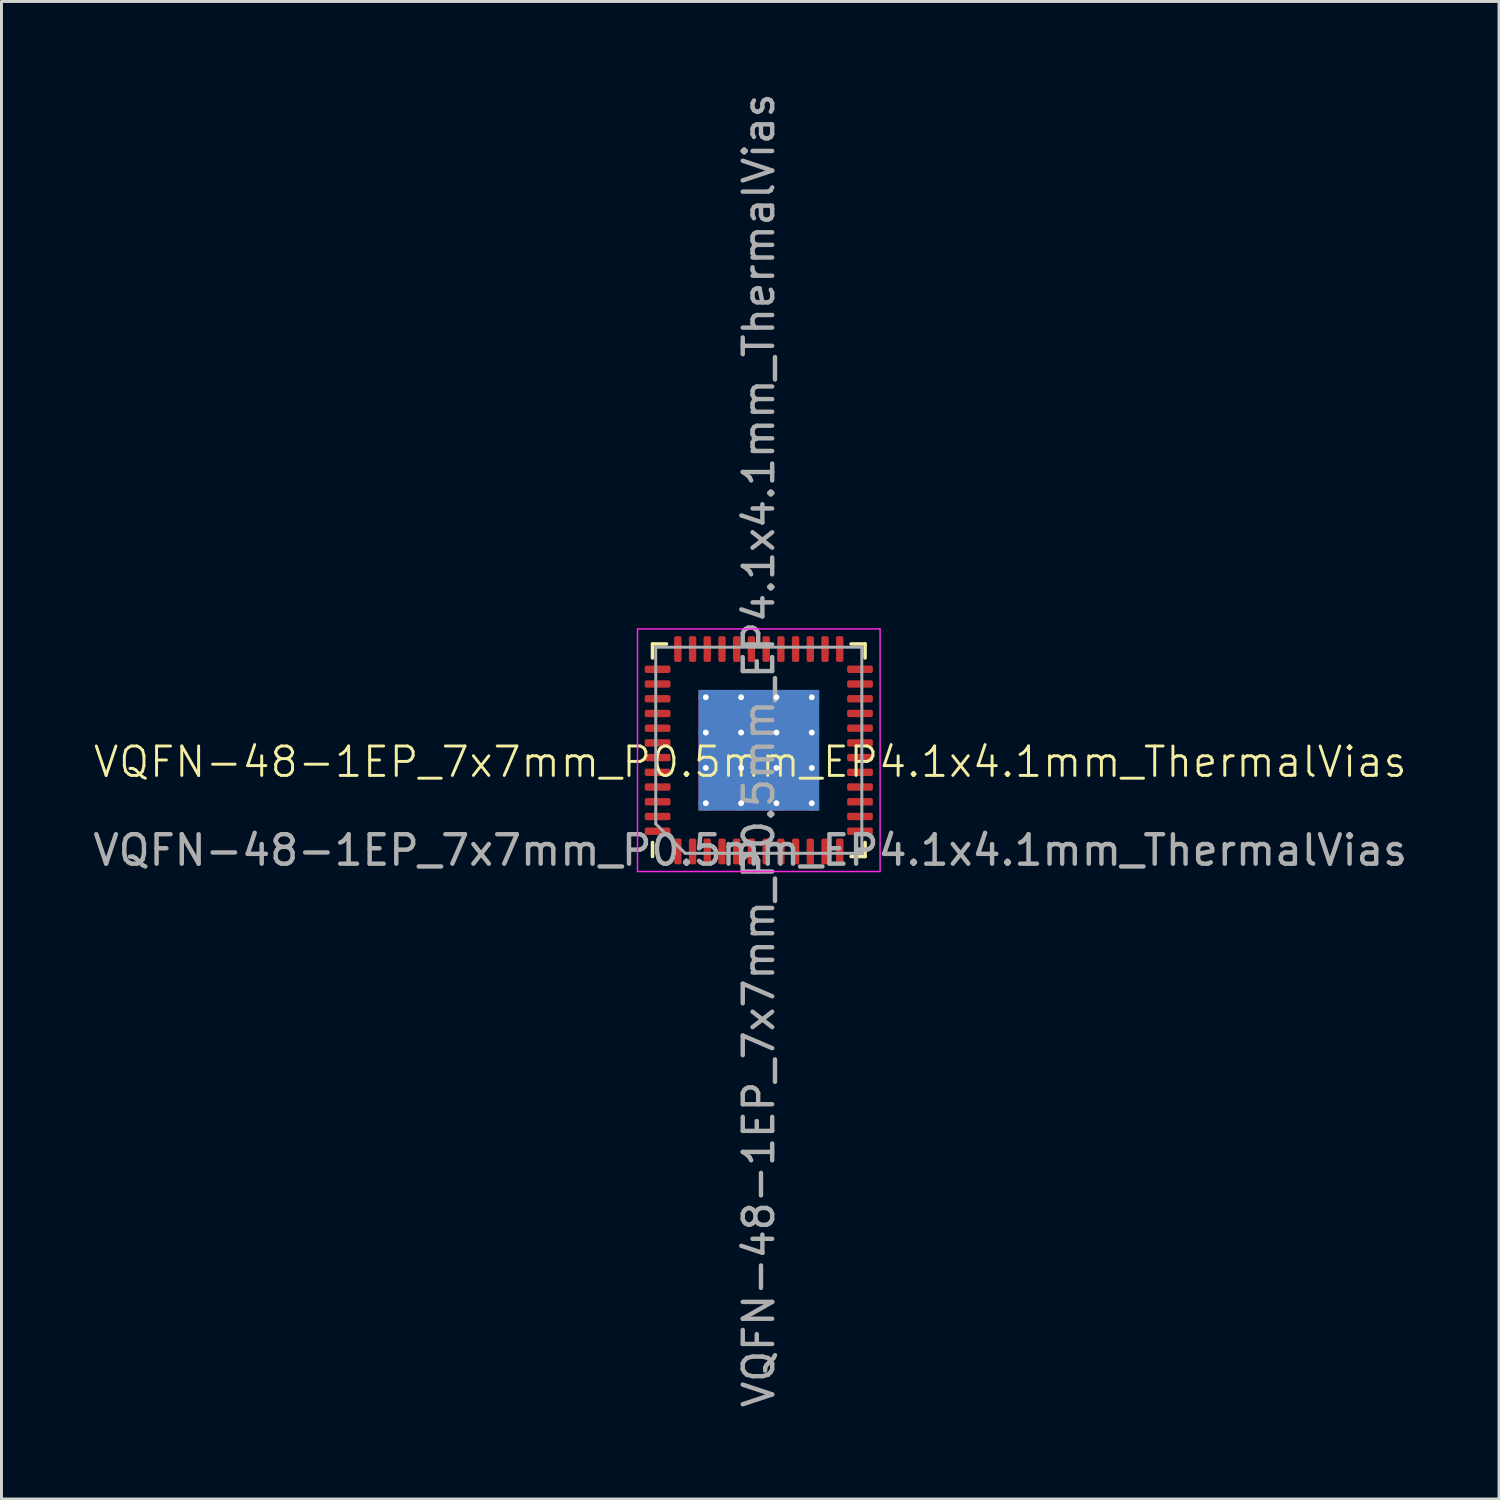
<source format=kicad_pcb>
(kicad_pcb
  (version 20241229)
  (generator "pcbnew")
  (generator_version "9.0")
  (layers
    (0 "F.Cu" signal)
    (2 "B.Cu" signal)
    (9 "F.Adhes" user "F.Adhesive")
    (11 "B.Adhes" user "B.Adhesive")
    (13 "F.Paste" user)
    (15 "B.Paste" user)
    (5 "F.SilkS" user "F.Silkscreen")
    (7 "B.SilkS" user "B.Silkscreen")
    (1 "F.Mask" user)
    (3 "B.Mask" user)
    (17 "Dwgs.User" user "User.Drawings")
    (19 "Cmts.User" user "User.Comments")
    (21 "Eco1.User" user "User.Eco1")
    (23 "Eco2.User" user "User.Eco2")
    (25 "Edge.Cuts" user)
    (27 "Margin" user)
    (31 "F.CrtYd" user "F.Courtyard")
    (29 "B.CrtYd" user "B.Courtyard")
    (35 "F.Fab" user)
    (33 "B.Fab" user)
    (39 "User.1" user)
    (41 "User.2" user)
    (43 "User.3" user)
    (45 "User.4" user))
  (footprint "VQFN-48-1EP_7x7mm_P0.5mm_EP4.1x4.1mm_ThermalVias"
    (layer "F.Cu")
    (at 22.435 23.332)
    (property "Reference" "VQFN-48-1EP_7x7mm_P0.5mm_EP4.1x4.1mm_ThermalVias" (at 0 -0.5 0) (unlocked yes) (layer "F.SilkS") (effects (font (size 1 1) (thickness 0.1))))
    (attr smd)
    (fp_line (start -3.32 -4.508) (end -2.845 -4.508) (stroke (width 0.12) (type solid)) (layer "F.SilkS"))
    (fp_line (start -3.32 -4.032) (end -3.32 -4.508) (stroke (width 0.12) (type solid)) (layer "F.SilkS"))
    (fp_line (start -3.32 2.237) (end -3.32 2.712) (stroke (width 0.12) (type solid)) (layer "F.SilkS"))
    (fp_line (start 3.9 -4.508) (end 3.425 -4.508) (stroke (width 0.12) (type solid)) (layer "F.SilkS"))
    (fp_line (start 3.9 -4.032) (end 3.9 -4.508) (stroke (width 0.12) (type solid)) (layer "F.SilkS"))
    (fp_line (start 3.9 2.237) (end 3.9 2.712) (stroke (width 0.12) (type solid)) (layer "F.SilkS"))
    (fp_line (start 3.9 2.712) (end 3.425 2.712) (stroke (width 0.12) (type solid)) (layer "F.SilkS"))
    (fp_line (start -3.83 -5.018) (end -3.83 3.223) (stroke (width 0.05) (type solid)) (layer "F.CrtYd"))
    (fp_line (start -3.83 3.223) (end 4.41 3.223) (stroke (width 0.05) (type solid)) (layer "F.CrtYd"))
    (fp_line (start 4.41 -5.018) (end -3.83 -5.018) (stroke (width 0.05) (type solid)) (layer "F.CrtYd"))
    (fp_line (start 4.41 3.223) (end 4.41 -5.018) (stroke (width 0.05) (type solid)) (layer "F.CrtYd"))
    (fp_line (start -3.21 -4.397) (end 3.79 -4.397) (stroke (width 0.1) (type solid)) (layer "F.Fab"))
    (fp_line (start -3.21 1.603) (end -3.21 -4.397) (stroke (width 0.1) (type solid)) (layer "F.Fab"))
    (fp_line (start -2.21 2.603) (end -3.21 1.603) (stroke (width 0.1) (type solid)) (layer "F.Fab"))
    (fp_line (start 3.79 -4.397) (end 3.79 2.603) (stroke (width 0.1) (type solid)) (layer "F.Fab"))
    (fp_line (start 3.79 2.603) (end -2.21 2.603) (stroke (width 0.1) (type solid)) (layer "F.Fab"))
    (fp_text user "${REFERENCE}" (at 0.29 -0.897 90) (layer "F.Fab") (effects (font (size 1 1) (thickness 0.15))))
    (fp_text user "${REFERENCE}" (at 0 2.5 0) (unlocked yes) (layer "F.Fab") (effects (font (size 1 1) (thickness 0.15))))
    (pad "" smd roundrect (at -1.08 -2.268 90) (size 1.1 1.1) (layers "F.Paste") (roundrect_rratio 0.227))
    (pad "" smd roundrect (at -1.08 -0.897 90) (size 1.1 1.1) (layers "F.Paste") (roundrect_rratio 0.227))
    (pad "" smd roundrect (at -1.08 0.472 90) (size 1.1 1.1) (layers "F.Paste") (roundrect_rratio 0.227))
    (pad "" smd roundrect (at 0.29 -2.268 90) (size 1.1 1.1) (layers "F.Paste") (roundrect_rratio 0.227))
    (pad "" smd roundrect (at 0.29 -0.897 90) (size 1.1 1.1) (layers "F.Paste") (roundrect_rratio 0.227))
    (pad "" smd roundrect (at 0.29 0.472 90) (size 1.1 1.1) (layers "F.Paste") (roundrect_rratio 0.227))
    (pad "" smd roundrect (at 1.66 -2.268 90) (size 1.1 1.1) (layers "F.Paste") (roundrect_rratio 0.227))
    (pad "" smd roundrect (at 1.66 -0.897 90) (size 1.1 1.1) (layers "F.Paste") (roundrect_rratio 0.227))
    (pad "" smd roundrect (at 1.66 0.472 90) (size 1.1 1.1) (layers "F.Paste") (roundrect_rratio 0.227))
    (pad "1" smd roundrect (at -2.46 2.54 90) (size 0.875 0.25) (layers "F.Cu" "F.Mask" "F.Paste") (roundrect_rratio 0.25))
    (pad "2" smd roundrect (at -1.96 2.54 90) (size 0.875 0.25) (layers "F.Cu" "F.Mask" "F.Paste") (roundrect_rratio 0.25))
    (pad "3" smd roundrect (at -1.46 2.54 90) (size 0.875 0.25) (layers "F.Cu" "F.Mask" "F.Paste") (roundrect_rratio 0.25))
    (pad "4" smd roundrect (at -0.96 2.54 90) (size 0.875 0.25) (layers "F.Cu" "F.Mask" "F.Paste") (roundrect_rratio 0.25))
    (pad "5" smd roundrect (at -0.46 2.54 90) (size 0.875 0.25) (layers "F.Cu" "F.Mask" "F.Paste") (roundrect_rratio 0.25))
    (pad "6" smd roundrect (at 0.04 2.54 90) (size 0.875 0.25) (layers "F.Cu" "F.Mask" "F.Paste") (roundrect_rratio 0.25))
    (pad "7" smd roundrect (at 0.54 2.54 90) (size 0.875 0.25) (layers "F.Cu" "F.Mask" "F.Paste") (roundrect_rratio 0.25))
    (pad "8" smd roundrect (at 1.04 2.54 90) (size 0.875 0.25) (layers "F.Cu" "F.Mask" "F.Paste") (roundrect_rratio 0.25))
    (pad "9" smd roundrect (at 1.54 2.54 90) (size 0.875 0.25) (layers "F.Cu" "F.Mask" "F.Paste") (roundrect_rratio 0.25))
    (pad "10" smd roundrect (at 2.04 2.54 90) (size 0.875 0.25) (layers "F.Cu" "F.Mask" "F.Paste") (roundrect_rratio 0.25))
    (pad "11" smd roundrect (at 2.54 2.54 90) (size 0.875 0.25) (layers "F.Cu" "F.Mask" "F.Paste") (roundrect_rratio 0.25))
    (pad "12" smd roundrect (at 3.04 2.54 90) (size 0.875 0.25) (layers "F.Cu" "F.Mask" "F.Paste") (roundrect_rratio 0.25))
    (pad "13" smd roundrect (at 3.728 1.853 90) (size 0.25 0.875) (layers "F.Cu" "F.Mask" "F.Paste") (roundrect_rratio 0.25))
    (pad "14" smd roundrect (at 3.728 1.353 90) (size 0.25 0.875) (layers "F.Cu" "F.Mask" "F.Paste") (roundrect_rratio 0.25))
    (pad "15" smd roundrect (at 3.728 0.853 90) (size 0.25 0.875) (layers "F.Cu" "F.Mask" "F.Paste") (roundrect_rratio 0.25))
    (pad "16" smd roundrect (at 3.728 0.352 90) (size 0.25 0.875) (layers "F.Cu" "F.Mask" "F.Paste") (roundrect_rratio 0.25))
    (pad "17" smd roundrect (at 3.728 -0.147 90) (size 0.25 0.875) (layers "F.Cu" "F.Mask" "F.Paste") (roundrect_rratio 0.25))
    (pad "18" smd roundrect (at 3.728 -0.647 90) (size 0.25 0.875) (layers "F.Cu" "F.Mask" "F.Paste") (roundrect_rratio 0.25))
    (pad "19" smd roundrect (at 3.728 -1.147 90) (size 0.25 0.875) (layers "F.Cu" "F.Mask" "F.Paste") (roundrect_rratio 0.25))
    (pad "20" smd roundrect (at 3.728 -1.647 90) (size 0.25 0.875) (layers "F.Cu" "F.Mask" "F.Paste") (roundrect_rratio 0.25))
    (pad "21" smd roundrect (at 3.728 -2.147 90) (size 0.25 0.875) (layers "F.Cu" "F.Mask" "F.Paste") (roundrect_rratio 0.25))
    (pad "22" smd roundrect (at 3.728 -2.647 90) (size 0.25 0.875) (layers "F.Cu" "F.Mask" "F.Paste") (roundrect_rratio 0.25))
    (pad "23" smd roundrect (at 3.728 -3.147 90) (size 0.25 0.875) (layers "F.Cu" "F.Mask" "F.Paste") (roundrect_rratio 0.25))
    (pad "24" smd roundrect (at 3.728 -3.647 90) (size 0.25 0.875) (layers "F.Cu" "F.Mask" "F.Paste") (roundrect_rratio 0.25))
    (pad "25" smd roundrect (at 3.04 -4.335 90) (size 0.875 0.25) (layers "F.Cu" "F.Mask" "F.Paste") (roundrect_rratio 0.25))
    (pad "26" smd roundrect (at 2.54 -4.335 90) (size 0.875 0.25) (layers "F.Cu" "F.Mask" "F.Paste") (roundrect_rratio 0.25))
    (pad "27" smd roundrect (at 2.04 -4.335 90) (size 0.875 0.25) (layers "F.Cu" "F.Mask" "F.Paste") (roundrect_rratio 0.25))
    (pad "28" smd roundrect (at 1.54 -4.335 90) (size 0.875 0.25) (layers "F.Cu" "F.Mask" "F.Paste") (roundrect_rratio 0.25))
    (pad "29" smd roundrect (at 1.04 -4.335 90) (size 0.875 0.25) (layers "F.Cu" "F.Mask" "F.Paste") (roundrect_rratio 0.25))
    (pad "30" smd roundrect (at 0.54 -4.335 90) (size 0.875 0.25) (layers "F.Cu" "F.Mask" "F.Paste") (roundrect_rratio 0.25))
    (pad "31" smd roundrect (at 0.04 -4.335 90) (size 0.875 0.25) (layers "F.Cu" "F.Mask" "F.Paste") (roundrect_rratio 0.25))
    (pad "32" smd roundrect (at -0.46 -4.335 90) (size 0.875 0.25) (layers "F.Cu" "F.Mask" "F.Paste") (roundrect_rratio 0.25))
    (pad "33" smd roundrect (at -0.96 -4.335 90) (size 0.875 0.25) (layers "F.Cu" "F.Mask" "F.Paste") (roundrect_rratio 0.25))
    (pad "34" smd roundrect (at -1.46 -4.335 90) (size 0.875 0.25) (layers "F.Cu" "F.Mask" "F.Paste") (roundrect_rratio 0.25))
    (pad "35" smd roundrect (at -1.96 -4.335 90) (size 0.875 0.25) (layers "F.Cu" "F.Mask" "F.Paste") (roundrect_rratio 0.25))
    (pad "36" smd roundrect (at -2.46 -4.335 90) (size 0.875 0.25) (layers "F.Cu" "F.Mask" "F.Paste") (roundrect_rratio 0.25))
    (pad "37" smd roundrect (at -3.147 -3.647 90) (size 0.25 0.875) (layers "F.Cu" "F.Mask" "F.Paste") (roundrect_rratio 0.25))
    (pad "38" smd roundrect (at -3.147 -3.147 90) (size 0.25 0.875) (layers "F.Cu" "F.Mask" "F.Paste") (roundrect_rratio 0.25))
    (pad "39" smd roundrect (at -3.147 -2.647 90) (size 0.25 0.875) (layers "F.Cu" "F.Mask" "F.Paste") (roundrect_rratio 0.25))
    (pad "40" smd roundrect (at -3.147 -2.147 90) (size 0.25 0.875) (layers "F.Cu" "F.Mask" "F.Paste") (roundrect_rratio 0.25))
    (pad "41" smd roundrect (at -3.147 -1.647 90) (size 0.25 0.875) (layers "F.Cu" "F.Mask" "F.Paste") (roundrect_rratio 0.25))
    (pad "42" smd roundrect (at -3.147 -1.147 90) (size 0.25 0.875) (layers "F.Cu" "F.Mask" "F.Paste") (roundrect_rratio 0.25))
    (pad "43" smd roundrect (at -3.147 -0.647 90) (size 0.25 0.875) (layers "F.Cu" "F.Mask" "F.Paste") (roundrect_rratio 0.25))
    (pad "44" smd roundrect (at -3.147 -0.147 90) (size 0.25 0.875) (layers "F.Cu" "F.Mask" "F.Paste") (roundrect_rratio 0.25))
    (pad "45" smd roundrect (at -3.147 0.352 90) (size 0.25 0.875) (layers "F.Cu" "F.Mask" "F.Paste") (roundrect_rratio 0.25))
    (pad "46" smd roundrect (at -3.147 0.853 90) (size 0.25 0.875) (layers "F.Cu" "F.Mask" "F.Paste") (roundrect_rratio 0.25))
    (pad "47" smd roundrect (at -3.147 1.353 90) (size 0.25 0.875) (layers "F.Cu" "F.Mask" "F.Paste") (roundrect_rratio 0.25))
    (pad "48" smd roundrect (at -3.147 1.853 90) (size 0.25 0.875) (layers "F.Cu" "F.Mask" "F.Paste") (roundrect_rratio 0.25))
    (pad "49" thru_hole circle (at -1.51 -2.697 90) (size 0.5 0.5) (drill 0.2) (layers "*.Cu"))
    (pad "49" thru_hole circle (at -1.51 -1.498 90) (size 0.5 0.5) (drill 0.2) (layers "*.Cu"))
    (pad "49" thru_hole circle (at -1.51 -0.297 90) (size 0.5 0.5) (drill 0.2) (layers "*.Cu"))
    (pad "49" thru_hole circle (at -1.51 0.902 90) (size 0.5 0.5) (drill 0.2) (layers "*.Cu"))
    (pad "49" thru_hole circle (at -0.31 -2.697 90) (size 0.5 0.5) (drill 0.2) (layers "*.Cu"))
    (pad "49" thru_hole circle (at -0.31 -1.498 90) (size 0.5 0.5) (drill 0.2) (layers "*.Cu"))
    (pad "49" thru_hole circle (at -0.31 -0.297 90) (size 0.5 0.5) (drill 0.2) (layers "*.Cu"))
    (pad "49" thru_hole circle (at -0.31 0.902 90) (size 0.5 0.5) (drill 0.2) (layers "*.Cu"))
    (pad "49" smd rect (at 0.29 -0.897 90) (size 4.1 4.1) (layers "F.Cu" "F.Mask"))
    (pad "49" smd rect (at 0.29 -0.897 90) (size 4.1 4.1) (layers "B.Cu"))
    (pad "49" thru_hole circle (at 0.89 -2.697 90) (size 0.5 0.5) (drill 0.2) (layers "*.Cu"))
    (pad "49" thru_hole circle (at 0.89 -1.498 90) (size 0.5 0.5) (drill 0.2) (layers "*.Cu"))
    (pad "49" thru_hole circle (at 0.89 -0.297 90) (size 0.5 0.5) (drill 0.2) (layers "*.Cu"))
    (pad "49" thru_hole circle (at 0.89 0.902 90) (size 0.5 0.5) (drill 0.2) (layers "*.Cu"))
    (pad "49" thru_hole circle (at 2.09 -2.697 90) (size 0.5 0.5) (drill 0.2) (layers "*.Cu"))
    (pad "49" thru_hole circle (at 2.09 -1.498 90) (size 0.5 0.5) (drill 0.2) (layers "*.Cu"))
    (pad "49" thru_hole circle (at 2.09 -0.297 90) (size 0.5 0.5) (drill 0.2) (layers "*.Cu"))
    (pad "49" thru_hole circle (at 2.09 0.902 90) (size 0.5 0.5) (drill 0.2) (layers "*.Cu")))
  (gr_rect
    (start -3 -3)
    (end 47.869 47.869)
    (stroke (width 0.1) (type default))
    (fill no)
    (layer "Edge.Cuts")))
</source>
